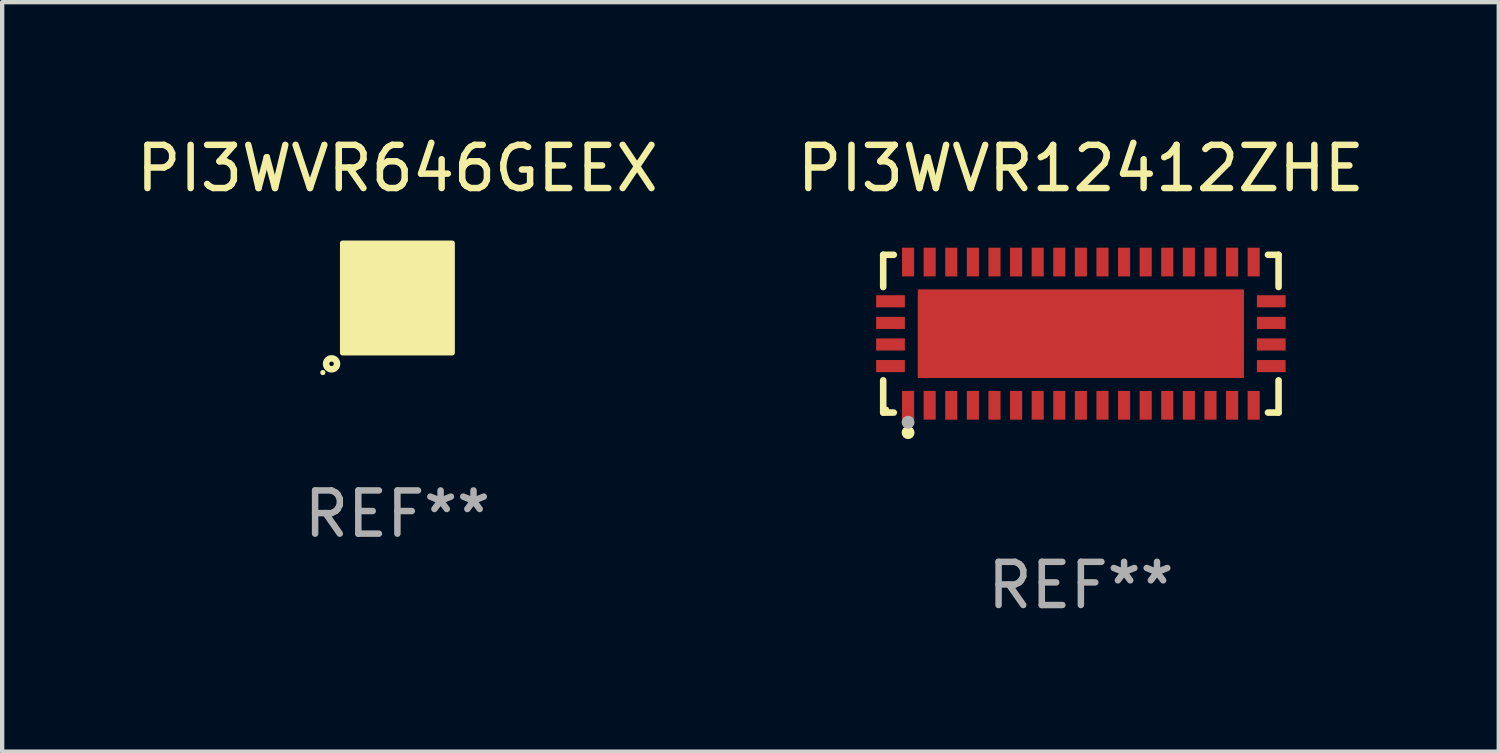
<source format=kicad_pcb>
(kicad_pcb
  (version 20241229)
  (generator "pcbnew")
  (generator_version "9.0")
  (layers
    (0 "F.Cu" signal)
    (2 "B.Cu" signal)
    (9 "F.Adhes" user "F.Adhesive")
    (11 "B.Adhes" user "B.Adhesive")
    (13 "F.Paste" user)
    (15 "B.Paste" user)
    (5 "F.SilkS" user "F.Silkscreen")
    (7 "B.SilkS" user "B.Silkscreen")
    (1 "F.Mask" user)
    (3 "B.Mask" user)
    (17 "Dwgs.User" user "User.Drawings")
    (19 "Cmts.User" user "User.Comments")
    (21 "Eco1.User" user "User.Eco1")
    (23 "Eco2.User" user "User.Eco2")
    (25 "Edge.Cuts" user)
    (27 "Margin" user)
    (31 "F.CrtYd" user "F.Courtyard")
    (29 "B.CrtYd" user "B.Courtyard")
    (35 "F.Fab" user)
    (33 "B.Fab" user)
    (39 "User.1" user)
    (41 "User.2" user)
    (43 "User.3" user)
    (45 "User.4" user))
  (footprint "PI3WVR12412ZHE"
    (layer "F.Cu")
    (at 21.97 4.674)
    (property "Reference" "PI3WVR12412ZHE" (at 0 -3.826 0) (layer "F.SilkS") (effects (font (size 1 1) (thickness 0.15))))
    (attr through_hole)
    (fp_line (start -4.576 -1.826) (end -4.331 -1.826) (stroke (width 0.152) (type solid)) (layer "F.SilkS"))
    (fp_line (start -4.576 -1.08) (end -4.576 -1.826) (stroke (width 0.152) (type solid)) (layer "F.SilkS"))
    (fp_line (start -4.576 1.08) (end -4.576 1.826) (stroke (width 0.152) (type solid)) (layer "F.SilkS"))
    (fp_line (start -4.576 1.826) (end -4.331 1.826) (stroke (width 0.152) (type solid)) (layer "F.SilkS"))
    (fp_line (start 4.576 -1.826) (end 4.331 -1.826) (stroke (width 0.152) (type solid)) (layer "F.SilkS"))
    (fp_line (start 4.576 -1.08) (end 4.576 -1.826) (stroke (width 0.152) (type solid)) (layer "F.SilkS"))
    (fp_line (start 4.576 1.08) (end 4.576 1.826) (stroke (width 0.152) (type solid)) (layer "F.SilkS"))
    (fp_line (start 4.576 1.826) (end 4.331 1.826) (stroke (width 0.152) (type solid)) (layer "F.SilkS"))
    (fp_circle (center -4.5 1.75) (end -4.47 1.75) (stroke (width 0.06) (type solid)) (fill no) (layer "F.SilkS"))
    (fp_circle (center -4 2.29) (end -3.925 2.29) (stroke (width 0.15) (type solid)) (fill no) (layer "F.SilkS"))
    (fp_circle (center -4 2.05) (end -3.925 2.05) (stroke (width 0.15) (type solid)) (fill no) (layer "F.Fab"))
    (fp_text user "REF**" (at 0 5.826 0) (layer "F.Fab") (effects (font (size 1 1) (thickness 0.15))))
    (pad "1" smd rect (at -4 1.658) (size 0.28 0.665) (layers "F.Cu" "F.Mask" "F.Paste"))
    (pad "2" smd rect (at -3.5 1.658) (size 0.28 0.665) (layers "F.Cu" "F.Mask" "F.Paste"))
    (pad "3" smd rect (at -3 1.658) (size 0.28 0.665) (layers "F.Cu" "F.Mask" "F.Paste"))
    (pad "4" smd rect (at -2.5 1.658) (size 0.28 0.665) (layers "F.Cu" "F.Mask" "F.Paste"))
    (pad "5" smd rect (at -2 1.658) (size 0.28 0.665) (layers "F.Cu" "F.Mask" "F.Paste"))
    (pad "6" smd rect (at -1.5 1.658) (size 0.28 0.665) (layers "F.Cu" "F.Mask" "F.Paste"))
    (pad "7" smd rect (at -1 1.658) (size 0.28 0.665) (layers "F.Cu" "F.Mask" "F.Paste"))
    (pad "8" smd rect (at -0.5 1.658) (size 0.28 0.665) (layers "F.Cu" "F.Mask" "F.Paste"))
    (pad "9" smd rect (at 0 1.658) (size 0.28 0.665) (layers "F.Cu" "F.Mask" "F.Paste"))
    (pad "10" smd rect (at 0.5 1.658) (size 0.28 0.665) (layers "F.Cu" "F.Mask" "F.Paste"))
    (pad "11" smd rect (at 1 1.658) (size 0.28 0.665) (layers "F.Cu" "F.Mask" "F.Paste"))
    (pad "12" smd rect (at 1.5 1.658) (size 0.28 0.665) (layers "F.Cu" "F.Mask" "F.Paste"))
    (pad "13" smd rect (at 2 1.658) (size 0.28 0.665) (layers "F.Cu" "F.Mask" "F.Paste"))
    (pad "14" smd rect (at 2.5 1.658) (size 0.28 0.665) (layers "F.Cu" "F.Mask" "F.Paste"))
    (pad "15" smd rect (at 3 1.658) (size 0.28 0.665) (layers "F.Cu" "F.Mask" "F.Paste"))
    (pad "16" smd rect (at 3.5 1.658) (size 0.28 0.665) (layers "F.Cu" "F.Mask" "F.Paste"))
    (pad "17" smd rect (at 4 1.658) (size 0.28 0.665) (layers "F.Cu" "F.Mask" "F.Paste"))
    (pad "18" smd rect (at 4.407 0.75) (size 0.665 0.28) (layers "F.Cu" "F.Mask" "F.Paste"))
    (pad "19" smd rect (at 4.407 0.25) (size 0.665 0.28) (layers "F.Cu" "F.Mask" "F.Paste"))
    (pad "20" smd rect (at 4.407 -0.25) (size 0.665 0.28) (layers "F.Cu" "F.Mask" "F.Paste"))
    (pad "21" smd rect (at 4.407 -0.75) (size 0.665 0.28) (layers "F.Cu" "F.Mask" "F.Paste"))
    (pad "22" smd rect (at 4 -1.658) (size 0.28 0.665) (layers "F.Cu" "F.Mask" "F.Paste"))
    (pad "23" smd rect (at 3.5 -1.658) (size 0.28 0.665) (layers "F.Cu" "F.Mask" "F.Paste"))
    (pad "24" smd rect (at 3 -1.658) (size 0.28 0.665) (layers "F.Cu" "F.Mask" "F.Paste"))
    (pad "25" smd rect (at 2.5 -1.658) (size 0.28 0.665) (layers "F.Cu" "F.Mask" "F.Paste"))
    (pad "26" smd rect (at 2 -1.658) (size 0.28 0.665) (layers "F.Cu" "F.Mask" "F.Paste"))
    (pad "27" smd rect (at 1.5 -1.658) (size 0.28 0.665) (layers "F.Cu" "F.Mask" "F.Paste"))
    (pad "28" smd rect (at 1 -1.658) (size 0.28 0.665) (layers "F.Cu" "F.Mask" "F.Paste"))
    (pad "29" smd rect (at 0.5 -1.658) (size 0.28 0.665) (layers "F.Cu" "F.Mask" "F.Paste"))
    (pad "30" smd rect (at 0 -1.658) (size 0.28 0.665) (layers "F.Cu" "F.Mask" "F.Paste"))
    (pad "31" smd rect (at -0.5 -1.658) (size 0.28 0.665) (layers "F.Cu" "F.Mask" "F.Paste"))
    (pad "32" smd rect (at -1 -1.658) (size 0.28 0.665) (layers "F.Cu" "F.Mask" "F.Paste"))
    (pad "33" smd rect (at -1.5 -1.658) (size 0.28 0.665) (layers "F.Cu" "F.Mask" "F.Paste"))
    (pad "34" smd rect (at -2 -1.658) (size 0.28 0.665) (layers "F.Cu" "F.Mask" "F.Paste"))
    (pad "35" smd rect (at -2.5 -1.658) (size 0.28 0.665) (layers "F.Cu" "F.Mask" "F.Paste"))
    (pad "36" smd rect (at -3 -1.658) (size 0.28 0.665) (layers "F.Cu" "F.Mask" "F.Paste"))
    (pad "37" smd rect (at -3.5 -1.658) (size 0.28 0.665) (layers "F.Cu" "F.Mask" "F.Paste"))
    (pad "38" smd rect (at -4 -1.658) (size 0.28 0.665) (layers "F.Cu" "F.Mask" "F.Paste"))
    (pad "39" smd rect (at -4.407 -0.75) (size 0.665 0.28) (layers "F.Cu" "F.Mask" "F.Paste"))
    (pad "40" smd rect (at -4.407 -0.25) (size 0.665 0.28) (layers "F.Cu" "F.Mask" "F.Paste"))
    (pad "41" smd rect (at -4.407 0.25) (size 0.665 0.28) (layers "F.Cu" "F.Mask" "F.Paste"))
    (pad "42" smd rect (at -4.407 0.75) (size 0.665 0.28) (layers "F.Cu" "F.Mask" "F.Paste"))
    (pad "43" smd rect (at 0 0) (size 7.55 2.05) (layers "F.Cu" "F.Mask" "F.Paste")))
  (footprint "PI3WVR646GEEX"
    (layer "F.Cu")
    (at 6.149 3.848)
    (property "Reference" "PI3WVR646GEEX" (at 0 -3 0) (layer "F.SilkS") (effects (font (size 1 1) (thickness 0.15))))
    (attr through_hole)
    (fp_circle (center -1.726 1.726) (end -1.696 1.726) (stroke (width 0.06) (type solid)) (fill no) (layer "F.SilkS"))
    (fp_circle (center -1.524 1.524) (end -1.397 1.524) (stroke (width 0.15) (type solid)) (fill no) (layer "F.SilkS"))
    (fp_poly (pts (xy -1.27 -1.27) (xy 1.27 -1.27) (xy 1.27 1.27) (xy -1.27 1.27)) (stroke (width 0.12) (type solid)) (fill yes) (layer "F.SilkS"))
    (fp_text user "REF**" (at 0 5 0) (layer "F.Fab") (effects (font (size 1 1) (thickness 0.15))))
    (pad "A1" smd circle (at -1 1) (size 0.3 0.3) (layers "F.Cu" "F.Mask" "F.Paste"))
    (pad "A2" smd circle (at -1 0.6) (size 0.3 0.3) (layers "F.Cu" "F.Mask" "F.Paste"))
    (pad "A3" smd circle (at -1 0.2) (size 0.3 0.3) (layers "F.Cu" "F.Mask" "F.Paste"))
    (pad "A4" smd circle (at -1 -0.2) (size 0.3 0.3) (layers "F.Cu" "F.Mask" "F.Paste"))
    (pad "A5" smd circle (at -1 -0.6) (size 0.3 0.3) (layers "F.Cu" "F.Mask" "F.Paste"))
    (pad "A6" smd circle (at -1 -1) (size 0.3 0.3) (layers "F.Cu" "F.Mask" "F.Paste"))
    (pad "B1" smd circle (at -0.6 1) (size 0.3 0.3) (layers "F.Cu" "F.Mask" "F.Paste"))
    (pad "B2" smd circle (at -0.6 0.6) (size 0.3 0.3) (layers "F.Cu" "F.Mask" "F.Paste"))
    (pad "B3" smd circle (at -0.6 0.2) (size 0.3 0.3) (layers "F.Cu" "F.Mask" "F.Paste"))
    (pad "B4" smd circle (at -0.6 -0.2) (size 0.3 0.3) (layers "F.Cu" "F.Mask" "F.Paste"))
    (pad "B5" smd circle (at -0.6 -0.6) (size 0.3 0.3) (layers "F.Cu" "F.Mask" "F.Paste"))
    (pad "B6" smd circle (at -0.6 -1) (size 0.3 0.3) (layers "F.Cu" "F.Mask" "F.Paste"))
    (pad "C1" smd circle (at -0.2 1) (size 0.3 0.3) (layers "F.Cu" "F.Mask" "F.Paste"))
    (pad "C2" smd circle (at -0.2 0.6) (size 0.3 0.3) (layers "F.Cu" "F.Mask" "F.Paste"))
    (pad "C3" smd circle (at -0.2 0.2) (size 0.3 0.3) (layers "F.Cu" "F.Mask" "F.Paste"))
    (pad "C4" smd circle (at -0.2 -0.2) (size 0.3 0.3) (layers "F.Cu" "F.Mask" "F.Paste"))
    (pad "C5" smd circle (at -0.2 -0.6) (size 0.3 0.3) (layers "F.Cu" "F.Mask" "F.Paste"))
    (pad "C6" smd circle (at -0.2 -1) (size 0.3 0.3) (layers "F.Cu" "F.Mask" "F.Paste"))
    (pad "D1" smd circle (at 0.2 1) (size 0.3 0.3) (layers "F.Cu" "F.Mask" "F.Paste"))
    (pad "D2" smd circle (at 0.2 0.6) (size 0.3 0.3) (layers "F.Cu" "F.Mask" "F.Paste"))
    (pad "D3" smd circle (at 0.2 0.2) (size 0.3 0.3) (layers "F.Cu" "F.Mask" "F.Paste"))
    (pad "D4" smd circle (at 0.2 -0.2) (size 0.3 0.3) (layers "F.Cu" "F.Mask" "F.Paste"))
    (pad "D5" smd circle (at 0.2 -0.6) (size 0.3 0.3) (layers "F.Cu" "F.Mask" "F.Paste"))
    (pad "D6" smd circle (at 0.2 -1) (size 0.3 0.3) (layers "F.Cu" "F.Mask" "F.Paste"))
    (pad "E1" smd circle (at 0.6 1) (size 0.3 0.3) (layers "F.Cu" "F.Mask" "F.Paste"))
    (pad "E2" smd circle (at 0.6 0.6) (size 0.3 0.3) (layers "F.Cu" "F.Mask" "F.Paste"))
    (pad "E3" smd circle (at 0.6 0.2) (size 0.3 0.3) (layers "F.Cu" "F.Mask" "F.Paste"))
    (pad "E4" smd circle (at 0.6 -0.2) (size 0.3 0.3) (layers "F.Cu" "F.Mask" "F.Paste"))
    (pad "E5" smd circle (at 0.6 -0.6) (size 0.3 0.3) (layers "F.Cu" "F.Mask" "F.Paste"))
    (pad "E6" smd circle (at 0.6 -1) (size 0.3 0.3) (layers "F.Cu" "F.Mask" "F.Paste"))
    (pad "F1" smd circle (at 1 1) (size 0.3 0.3) (layers "F.Cu" "F.Mask" "F.Paste"))
    (pad "F2" smd circle (at 1 0.6) (size 0.3 0.3) (layers "F.Cu" "F.Mask" "F.Paste"))
    (pad "F3" smd circle (at 1 0.2) (size 0.3 0.3) (layers "F.Cu" "F.Mask" "F.Paste"))
    (pad "F4" smd circle (at 1 -0.2) (size 0.3 0.3) (layers "F.Cu" "F.Mask" "F.Paste"))
    (pad "F5" smd circle (at 1 -0.6) (size 0.3 0.3) (layers "F.Cu" "F.Mask" "F.Paste"))
    (pad "F6" smd circle (at 1 -1) (size 0.3 0.3) (layers "F.Cu" "F.Mask" "F.Paste")))
  (gr_rect
    (start -3 -3)
    (end 31.643 14.349)
    (stroke (width 0.1) (type default))
    (fill no)
    (layer "Edge.Cuts")))
</source>
